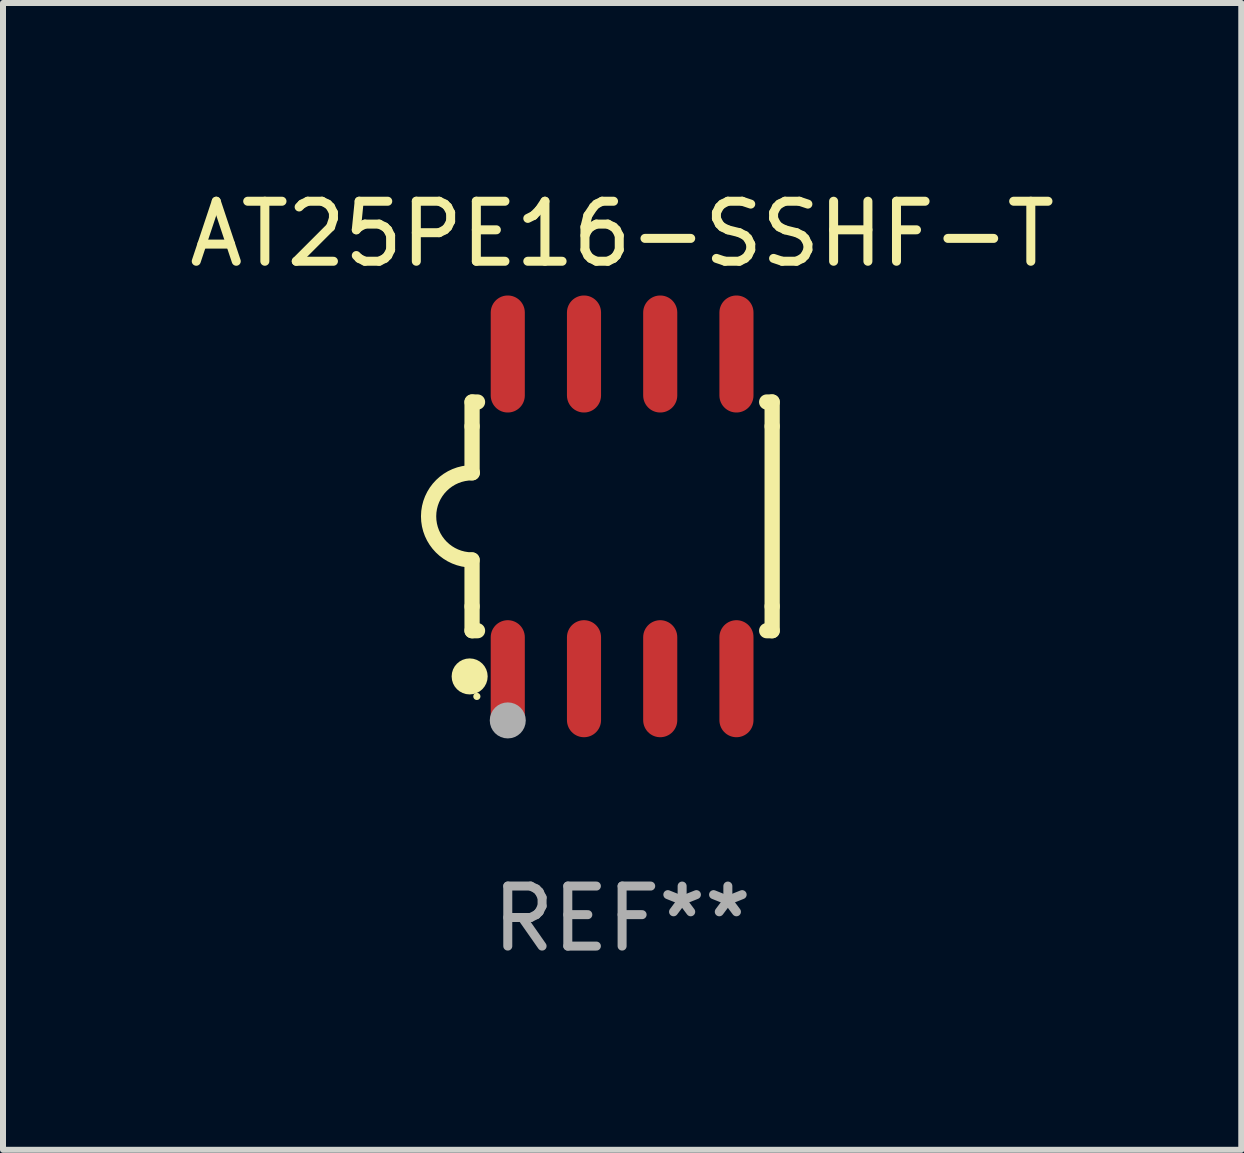
<source format=kicad_pcb>
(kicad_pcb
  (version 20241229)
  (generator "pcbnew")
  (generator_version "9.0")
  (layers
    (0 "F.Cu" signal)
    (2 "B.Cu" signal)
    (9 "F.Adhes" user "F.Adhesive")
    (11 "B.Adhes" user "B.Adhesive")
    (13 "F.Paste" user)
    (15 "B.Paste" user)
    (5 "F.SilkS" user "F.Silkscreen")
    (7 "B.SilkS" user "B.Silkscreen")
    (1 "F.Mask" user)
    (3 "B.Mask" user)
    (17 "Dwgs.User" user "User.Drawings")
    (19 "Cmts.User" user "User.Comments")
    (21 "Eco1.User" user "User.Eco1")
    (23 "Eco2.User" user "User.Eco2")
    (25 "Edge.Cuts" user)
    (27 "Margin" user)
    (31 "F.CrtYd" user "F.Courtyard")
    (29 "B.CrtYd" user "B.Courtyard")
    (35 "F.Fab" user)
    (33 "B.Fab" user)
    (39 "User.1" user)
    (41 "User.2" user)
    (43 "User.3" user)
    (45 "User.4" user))
  (footprint "AT25PE16-SSHF-T"
    (layer "F.Cu")
    (at 7.315 5.553)
    (property "Reference" "AT25PE16-SSHF-T" (at 0 -4.705 0) (layer "F.SilkS") (effects (font (size 1 1) (thickness 0.15))))
    (attr through_hole)
    (fp_line (start -2.5 -1.905) (end -2.409 -1.905) (stroke (width 0.254) (type solid)) (layer "F.SilkS"))
    (fp_line (start -2.5 -1.5) (end -2.5 -1.905) (stroke (width 0.254) (type solid)) (layer "F.SilkS"))
    (fp_line (start -2.5 -1.5) (end -2.5 -0.726) (stroke (width 0.254) (type solid)) (layer "F.SilkS"))
    (fp_line (start -2.5 1.5) (end -2.5 0.727) (stroke (width 0.254) (type solid)) (layer "F.SilkS"))
    (fp_line (start -2.5 1.5) (end -2.5 1.905) (stroke (width 0.254) (type solid)) (layer "F.SilkS"))
    (fp_line (start -2.5 1.905) (end -2.409 1.905) (stroke (width 0.254) (type solid)) (layer "F.SilkS"))
    (fp_line (start 2.5 -1.905) (end 2.409 -1.905) (stroke (width 0.254) (type solid)) (layer "F.SilkS"))
    (fp_line (start 2.5 -1.5) (end 2.5 -1.905) (stroke (width 0.254) (type solid)) (layer "F.SilkS"))
    (fp_line (start 2.5 -1.5) (end 2.5 1.5) (stroke (width 0.254) (type solid)) (layer "F.SilkS"))
    (fp_line (start 2.5 1.5) (end 2.5 1.905) (stroke (width 0.254) (type solid)) (layer "F.SilkS"))
    (fp_line (start 2.5 1.905) (end 2.409 1.905) (stroke (width 0.254) (type solid)) (layer "F.SilkS"))
    (fp_arc (start -2.5 0.726568) (mid -3.220316 -0.0023) (end -2.495097 -0.726289) (stroke (width 0.254001) (type solid)) (layer "F.SilkS"))
    (fp_circle (center -2.54 2.667) (end -2.39 2.667) (stroke (width 0.3) (type solid)) (fill no) (layer "F.SilkS"))
    (fp_circle (center -2.42 3) (end -2.39 3) (stroke (width 0.06) (type solid)) (fill no) (layer "F.SilkS"))
    (fp_circle (center -1.905 3.4) (end -1.755 3.4) (stroke (width 0.3) (type solid)) (fill no) (layer "F.Fab"))
    (fp_text user "REF**" (at 0 6.705 0) (layer "F.Fab") (effects (font (size 1 1) (thickness 0.15))))
    (pad "1" smd oval (at -1.905 2.705) (size 0.568 1.95) (layers "F.Cu" "F.Mask" "F.Paste"))
    (pad "2" smd oval (at -0.635 2.705) (size 0.568 1.95) (layers "F.Cu" "F.Mask" "F.Paste"))
    (pad "3" smd oval (at 0.635 2.705) (size 0.568 1.95) (layers "F.Cu" "F.Mask" "F.Paste"))
    (pad "4" smd oval (at 1.905 2.705) (size 0.568 1.95) (layers "F.Cu" "F.Mask" "F.Paste"))
    (pad "5" smd oval (at 1.905 -2.705) (size 0.568 1.95) (layers "F.Cu" "F.Mask" "F.Paste"))
    (pad "6" smd oval (at 0.635 -2.705) (size 0.568 1.95) (layers "F.Cu" "F.Mask" "F.Paste"))
    (pad "7" smd oval (at -0.635 -2.705) (size 0.568 1.95) (layers "F.Cu" "F.Mask" "F.Paste"))
    (pad "8" smd oval (at -1.905 -2.705) (size 0.568 1.95) (layers "F.Cu" "F.Mask" "F.Paste")))
  (gr_rect
    (start -3 -3)
    (end 17.631 16.107)
    (stroke (width 0.1) (type default))
    (fill no)
    (layer "Edge.Cuts")))
</source>
